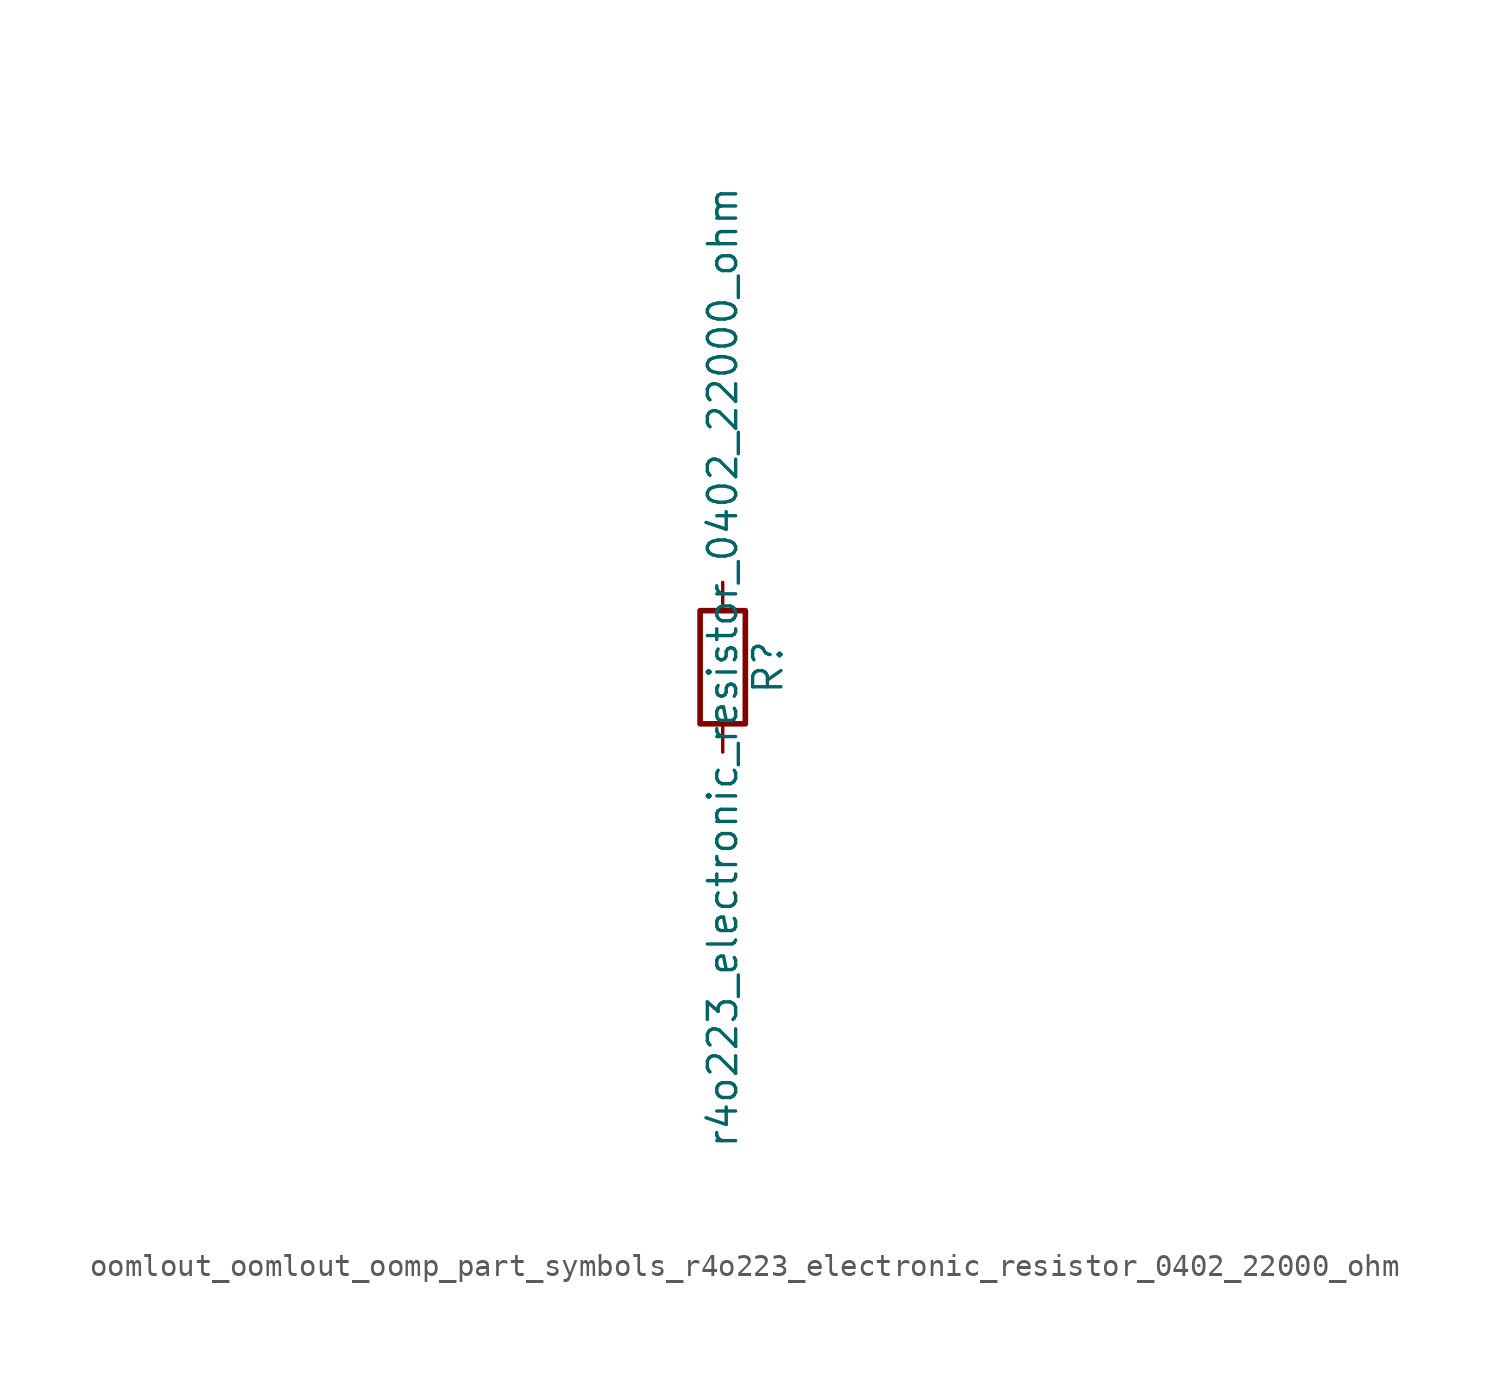
<source format=kicad_sym>
(kicad_symbol_lib
  (version 20220914)
  (generator kicad_symbol_editor)
  (symbol "oomlout_oomlout_oomp_part_symbols_r4o223_electronic_resistor_0402_22000_ohm"
    (pin_numbers hide)
    (pin_names
      (offset 0))
    (property "Reference" "R"
      (at 2.032 0 90)
      (effects (font (size 1.27 1.27))))
    (property "Value" "r4o223_electronic_resistor_0402_22000_ohm"
      (at 0 0 90)
      (effects (font (size 1.27 1.27))))
    (symbol "oomlout_oomlout_oomp_part_symbols_r4o223_electronic_resistor_0402_22000_ohm_0_1"
      (rectangle (start -1.016 -2.54) (end 1.016 2.54) (stroke (width 0.254) (type default)) (fill (type none))))
    (symbol "oomlout_oomlout_oomp_part_symbols_r4o223_electronic_resistor_0402_22000_ohm_1_1"
      (pin passive line (at 0 3.81 270) (length 1.27) (name "~" (effects (font (size 1.27 1.27)))) (number "1" (effects (font (size 1.27 1.27)))))
      (pin passive line (at 0 -3.81 90) (length 1.27) (name "~" (effects (font (size 1.27 1.27)))) (number "2" (effects (font (size 1.27 1.27))))))))
</source>
